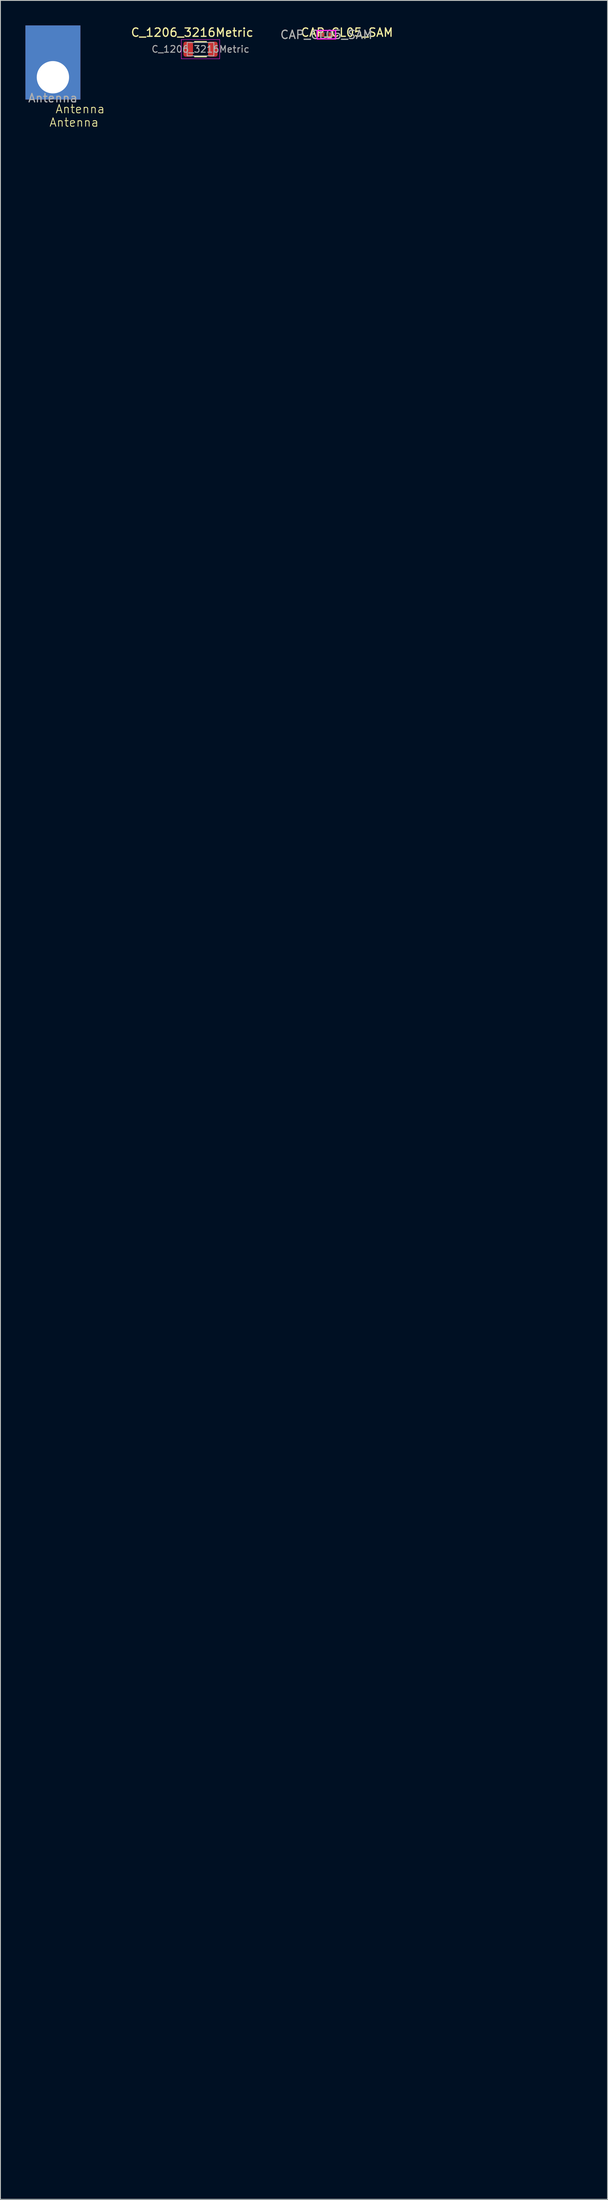
<source format=kicad_pcb>
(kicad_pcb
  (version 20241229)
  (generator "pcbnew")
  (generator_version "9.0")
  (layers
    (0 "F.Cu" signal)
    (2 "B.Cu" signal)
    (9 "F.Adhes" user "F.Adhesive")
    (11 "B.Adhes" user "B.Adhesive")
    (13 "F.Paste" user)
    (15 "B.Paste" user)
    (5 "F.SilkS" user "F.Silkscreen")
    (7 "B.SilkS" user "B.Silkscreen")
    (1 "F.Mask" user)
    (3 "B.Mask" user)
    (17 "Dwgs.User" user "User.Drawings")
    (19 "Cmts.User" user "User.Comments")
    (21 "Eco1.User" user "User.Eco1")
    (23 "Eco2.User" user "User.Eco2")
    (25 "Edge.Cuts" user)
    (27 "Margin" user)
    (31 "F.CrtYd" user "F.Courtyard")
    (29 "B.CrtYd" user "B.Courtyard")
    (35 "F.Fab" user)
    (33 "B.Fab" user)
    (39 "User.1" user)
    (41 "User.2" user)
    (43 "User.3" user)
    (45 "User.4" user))
  (footprint "CAP_CL05_SAM"
    (layer "F.Cu")
    (at 36.124 1.112)
    (property "Reference" "CAP_CL05_SAM" (at 2.47 -0.264 0) (unlocked yes) (layer "F.SilkS") (effects (font (size 1 1) (thickness 0.15))))
    (attr smd)
    (fp_line (start -1.11 -0.504) (end 1.11 -0.504) (stroke (width 0.152) (type solid)) (layer "F.CrtYd"))
    (fp_line (start -1.11 0.504) (end -1.11 -0.504) (stroke (width 0.152) (type solid)) (layer "F.CrtYd"))
    (fp_line (start 1.11 -0.504) (end 1.11 0.504) (stroke (width 0.152) (type solid)) (layer "F.CrtYd"))
    (fp_line (start 1.11 0.504) (end -1.11 0.504) (stroke (width 0.152) (type solid)) (layer "F.CrtYd"))
    (fp_line (start -0.5 -0.25) (end -0.5 0.25) (stroke (width 0.025) (type solid)) (layer "F.Fab"))
    (fp_line (start -0.5 -0.25) (end -0.5 0.25) (stroke (width 0.025) (type solid)) (layer "F.Fab"))
    (fp_line (start -0.5 0.25) (end -0.25 0.25) (stroke (width 0.025) (type solid)) (layer "F.Fab"))
    (fp_line (start -0.5 0.25) (end 0.5 0.25) (stroke (width 0.025) (type solid)) (layer "F.Fab"))
    (fp_line (start -0.25 -0.25) (end -0.5 -0.25) (stroke (width 0.025) (type solid)) (layer "F.Fab"))
    (fp_line (start -0.25 0.25) (end -0.25 -0.25) (stroke (width 0.025) (type solid)) (layer "F.Fab"))
    (fp_line (start 0.25 -0.25) (end 0.25 0.25) (stroke (width 0.025) (type solid)) (layer "F.Fab"))
    (fp_line (start 0.25 0.25) (end 0.5 0.25) (stroke (width 0.025) (type solid)) (layer "F.Fab"))
    (fp_line (start 0.5 -0.25) (end -0.5 -0.25) (stroke (width 0.025) (type solid)) (layer "F.Fab"))
    (fp_line (start 0.5 -0.25) (end 0.25 -0.25) (stroke (width 0.025) (type solid)) (layer "F.Fab"))
    (fp_line (start 0.5 0.25) (end 0.5 -0.25) (stroke (width 0.025) (type solid)) (layer "F.Fab"))
    (fp_line (start 0.5 0.25) (end 0.5 -0.25) (stroke (width 0.025) (type solid)) (layer "F.Fab"))
    (fp_circle (center -0.426 0) (end -0.426 0) (stroke (width 0.025) (type solid)) (fill no) (layer "F.Fab"))
    (fp_text user "${REFERENCE}" (at 0 0 0) (unlocked yes) (layer "F.Fab") (effects (font (size 1 1) (thickness 0.15))))
    (pad "1" smd rect (at -0.553 0) (size 0.606 0.5) (layers "F.Cu" "F.Mask" "F.Paste"))
    (pad "2" smd rect (at 0.553 0) (size 0.606 0.5) (layers "F.Cu" "F.Mask" "F.Paste"))
    (zone (net_name "") (layer "F.Cu") (hatch full 0.508) (connect_pads) (min_thickness 0.254) (filled_areas_thickness no) (keepout (tracks not_allowed) (vias not_allowed) (pads allowed) (copperpour not_allowed) (footprints allowed)) (placement (enabled no)) (fill) (polygon (pts (xy 66.478 257.36) (xy 66.876 257.36) (xy 66.876 257.759) (xy 66.478 257.759)))))
  (footprint "Antenna"
    (layer "F.Cu")
    (at 3.3 6.215)
    (property "Reference" "Antenna" (at 2.54 5.418 0) (unlocked yes) (layer "F.SilkS") (effects (font (size 1 1) (thickness 0.1))))
    (attr through_hole)
    (fp_text user "Antenna" (at 0.254 4.402 0) (unlocked yes) (layer "F.SilkS") (effects (font (size 1 1) (thickness 0.1)) (justify left bottom)))
    (fp_text user "${REFERENCE}" (at 0 2.5 0) (unlocked yes) (layer "F.Fab") (effects (font (size 1 1) (thickness 0.15))))
    (pad "1" thru_hole rect (at 0 0) (size 6.6 8.89) (drill 3.88 (offset 0 -1.77)) (layers "*.Cu" "*.Mask")))
  (footprint "C_1206_3216Metric"
    (layer "F.Cu")
    (at 21.017 2.848)
    (property "Reference" "C_1206_3216Metric" (at -1 -2 0) (layer "F.SilkS") (effects (font (size 1 1) (thickness 0.15))))
    (attr smd)
    (fp_line (start -0.711 -0.91) (end 0.711 -0.91) (stroke (width 0.12) (type solid)) (layer "F.SilkS"))
    (fp_line (start -0.711 0.91) (end 0.711 0.91) (stroke (width 0.12) (type solid)) (layer "F.SilkS"))
    (fp_line (start -2.3 -1.15) (end 2.3 -1.15) (stroke (width 0.05) (type solid)) (layer "F.CrtYd"))
    (fp_line (start -2.3 1.15) (end -2.3 -1.15) (stroke (width 0.05) (type solid)) (layer "F.CrtYd"))
    (fp_line (start 2.3 -1.15) (end 2.3 1.15) (stroke (width 0.05) (type solid)) (layer "F.CrtYd"))
    (fp_line (start 2.3 1.15) (end -2.3 1.15) (stroke (width 0.05) (type solid)) (layer "F.CrtYd"))
    (fp_line (start -1.6 -0.8) (end 1.6 -0.8) (stroke (width 0.1) (type solid)) (layer "F.Fab"))
    (fp_line (start -1.6 0.8) (end -1.6 -0.8) (stroke (width 0.1) (type solid)) (layer "F.Fab"))
    (fp_line (start 1.6 -0.8) (end 1.6 0.8) (stroke (width 0.1) (type solid)) (layer "F.Fab"))
    (fp_line (start 1.6 0.8) (end -1.6 0.8) (stroke (width 0.1) (type solid)) (layer "F.Fab"))
    (fp_text user "${REFERENCE}" (at 0 0 0) (layer "F.Fab") (effects (font (size 0.8 0.8) (thickness 0.12))))
    (pad "1" smd roundrect (at -1.475 0) (size 1.15 1.8) (layers "F.Cu" "F.Mask" "F.Paste") (roundrect_rratio 0.217))
    (pad "2" smd roundrect (at 1.475 0) (size 1.15 1.8) (layers "F.Cu" "F.Mask" "F.Paste") (roundrect_rratio 0.217)))
  (gr_rect
    (start -3 -3)
    (end 69.876 260.759)
    (stroke (width 0.1) (type default))
    (fill no)
    (layer "Edge.Cuts")))
</source>
